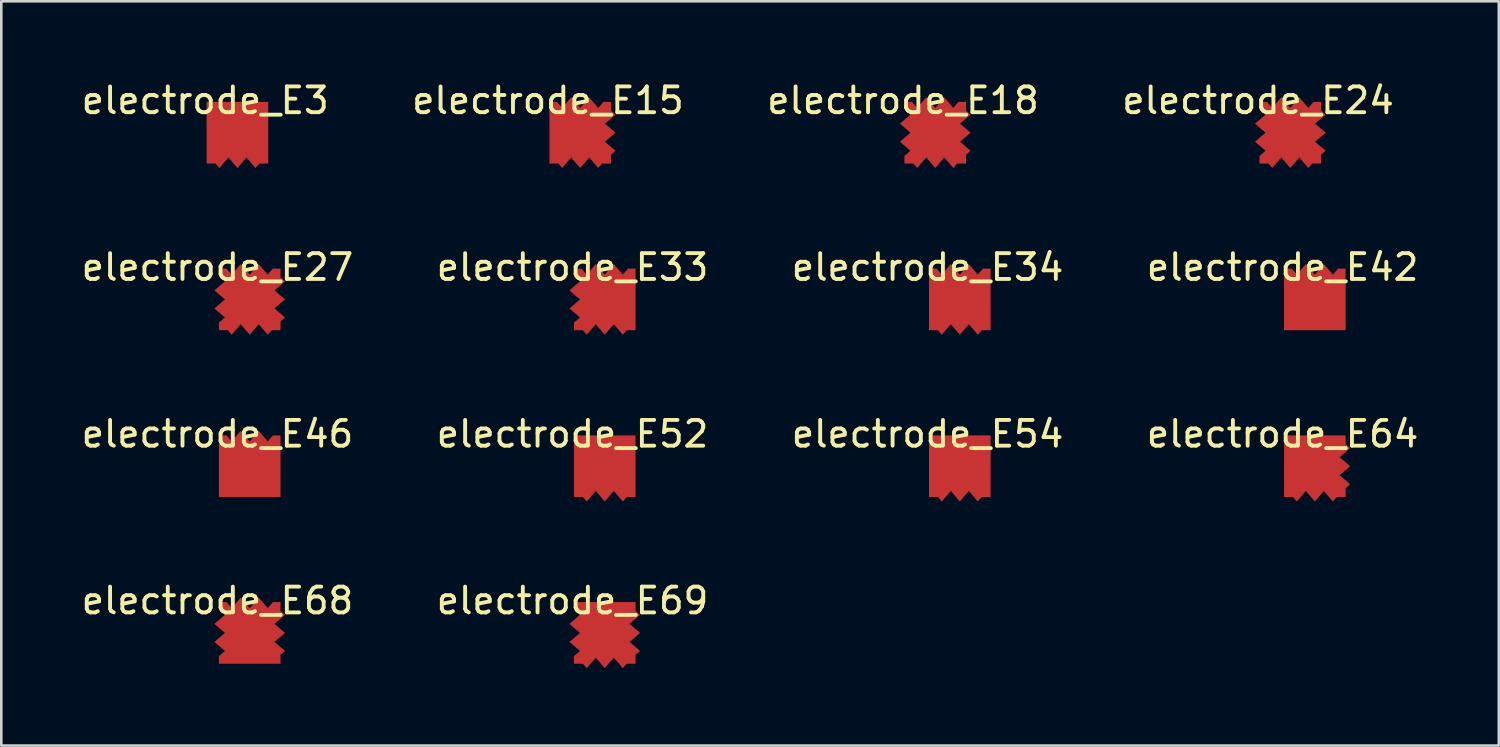
<source format=kicad_pcb>
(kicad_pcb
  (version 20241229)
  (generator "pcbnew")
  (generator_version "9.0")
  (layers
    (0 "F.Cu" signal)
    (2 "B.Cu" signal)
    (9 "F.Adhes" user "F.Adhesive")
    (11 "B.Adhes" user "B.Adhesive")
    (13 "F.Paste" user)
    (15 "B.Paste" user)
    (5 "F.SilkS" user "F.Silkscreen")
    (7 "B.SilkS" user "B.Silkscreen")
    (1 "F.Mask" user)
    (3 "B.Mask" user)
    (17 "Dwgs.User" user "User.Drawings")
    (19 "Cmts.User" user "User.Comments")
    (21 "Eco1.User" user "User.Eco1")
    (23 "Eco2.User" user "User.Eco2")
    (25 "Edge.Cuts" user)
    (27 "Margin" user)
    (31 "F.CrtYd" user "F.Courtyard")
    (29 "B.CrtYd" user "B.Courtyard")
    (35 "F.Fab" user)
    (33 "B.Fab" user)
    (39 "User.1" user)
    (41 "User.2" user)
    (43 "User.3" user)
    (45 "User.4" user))
  (footprint "electrode_E54"
    (layer "F.Cu")
    (at 32.935 13.785)
    (property "Reference" "electrode_E54" (at 0 0 0) (layer "F.SilkS") (effects (font (size 1 1) (thickness 0.15))))
    (attr through_hole)
    (pad "1" smd custom (at 1.25 1.25) (size 0.5 0.5) (layers "F.Cu" "F.Mask" "F.Paste") (options (anchor circle)) (primitives (gr_poly (pts (xy 1.195 1.195) (xy 0.85 1.195) (xy 0.7 1.37) (xy 0.35 0.961) (xy 0 1.37) (xy -0.35 0.961) (xy -0.7 1.37) (xy -0.85 1.195) (xy -1.195 1.195) (xy -1.195 -1.195) (xy 1.195 -1.195)) (width 0.0001) (fill yes)))))
  (footprint "electrode_E33"
    (layer "F.Cu")
    (at 19.161 7.316)
    (property "Reference" "electrode_E33" (at 0 0 0) (layer "F.SilkS") (effects (font (size 1 1) (thickness 0.15))))
    (attr through_hole)
    (pad "1" smd custom (at 1.25 1.25) (size 0.5 0.5) (layers "F.Cu" "F.Mask" "F.Paste") (options (anchor circle)) (primitives (gr_poly (pts (xy 0.7 -0.961) (xy 0.9 -1.195) (xy 1.195 -1.195) (xy 1.195 1.195) (xy 0.85 1.195) (xy 0.7 1.37) (xy 0.35 0.961) (xy 0 1.37) (xy -0.35 0.961) (xy -0.7 1.37) (xy -0.85 1.195) (xy -1.195 1.195) (xy -1.195 0.9) (xy -0.961 0.7) (xy -1.37 0.35) (xy -0.961 0) (xy -1.37 -0.35) (xy -0.961 -0.7) (xy -1.195 -0.9) (xy -1.195 -1.195) (xy -0.9 -1.195) (xy -0.7 -0.961) (xy -0.35 -1.37) (xy 0 -0.961) (xy 0.35 -1.37)) (width 0.0001) (fill yes)))))
  (footprint "electrode_E52"
    (layer "F.Cu")
    (at 19.161 13.785)
    (property "Reference" "electrode_E52" (at 0 0 0) (layer "F.SilkS") (effects (font (size 1 1) (thickness 0.15))))
    (attr through_hole)
    (pad "1" smd custom (at 1.25 1.25) (size 0.5 0.5) (layers "F.Cu" "F.Mask" "F.Paste") (options (anchor circle)) (primitives (gr_poly (pts (xy 1.195 1.195) (xy 0.85 1.195) (xy 0.7 1.37) (xy 0.35 0.961) (xy 0 1.37) (xy -0.35 0.961) (xy -0.7 1.37) (xy -0.85 1.195) (xy -1.195 1.195) (xy -1.195 -1.195) (xy 1.195 -1.195)) (width 0.0001) (fill yes)))))
  (footprint "electrode_E64"
    (layer "F.Cu")
    (at 46.708 13.785)
    (property "Reference" "electrode_E64" (at 0 0 0) (layer "F.SilkS") (effects (font (size 1 1) (thickness 0.15))))
    (attr through_hole)
    (pad "1" smd custom (at 1.25 1.25) (size 0.5 0.5) (layers "F.Cu" "F.Mask" "F.Paste") (options (anchor circle)) (primitives (gr_poly (pts (xy 1.195 -0.85) (xy 1.37 -0.7) (xy 0.961 -0.35) (xy 1.37 0) (xy 0.961 0.35) (xy 1.37 0.7) (xy 1.195 0.85) (xy 1.195 1.195) (xy 0.85 1.195) (xy 0.7 1.37) (xy 0.35 0.961) (xy 0 1.37) (xy -0.35 0.961) (xy -0.7 1.37) (xy -0.85 1.195) (xy -1.195 1.195) (xy -1.195 -1.195) (xy 1.195 -1.195)) (width 0.0001) (fill yes)))))
  (footprint "electrode_E15"
    (layer "F.Cu")
    (at 18.208 0.848)
    (property "Reference" "electrode_E15" (at 0 0 0) (layer "F.SilkS") (effects (font (size 1 1) (thickness 0.15))))
    (attr through_hole)
    (pad "1" smd custom (at 1.25 1.25) (size 0.5 0.5) (layers "F.Cu" "F.Mask" "F.Paste") (options (anchor circle)) (primitives (gr_poly (pts (xy 0.7 -0.961) (xy 0.9 -1.195) (xy 1.195 -1.195) (xy 1.195 -0.85) (xy 1.37 -0.7) (xy 0.961 -0.35) (xy 1.37 0) (xy 0.961 0.35) (xy 1.37 0.7) (xy 1.195 0.85) (xy 1.195 1.195) (xy 0.85 1.195) (xy 0.7 1.37) (xy 0.35 0.961) (xy 0 1.37) (xy -0.35 0.961) (xy -0.7 1.37) (xy -0.85 1.195) (xy -1.195 1.195) (xy -1.195 -1.195) (xy -0.9 -1.195) (xy -0.7 -0.961) (xy -0.35 -1.37) (xy 0 -0.961) (xy 0.35 -1.37)) (width 0.0001) (fill yes)))))
  (footprint "electrode_E24"
    (layer "F.Cu")
    (at 45.756 0.848)
    (property "Reference" "electrode_E24" (at 0 0 0) (layer "F.SilkS") (effects (font (size 1 1) (thickness 0.15))))
    (attr through_hole)
    (pad "1" smd custom (at 1.25 1.25) (size 0.5 0.5) (layers "F.Cu" "F.Mask" "F.Paste") (options (anchor circle)) (primitives (gr_poly (pts (xy 0.7 -0.961) (xy 0.9 -1.195) (xy 1.195 -1.195) (xy 1.195 -0.85) (xy 1.37 -0.7) (xy 0.961 -0.35) (xy 1.37 0) (xy 0.961 0.35) (xy 1.37 0.7) (xy 1.195 0.85) (xy 1.195 1.195) (xy 0.85 1.195) (xy 0.7 1.37) (xy 0.35 0.961) (xy 0 1.37) (xy -0.35 0.961) (xy -0.7 1.37) (xy -0.85 1.195) (xy -1.195 1.195) (xy -1.195 0.9) (xy -0.961 0.7) (xy -1.37 0.35) (xy -0.961 0) (xy -1.37 -0.35) (xy -0.961 -0.7) (xy -1.195 -0.9) (xy -1.195 -1.195) (xy -0.9 -1.195) (xy -0.7 -0.961) (xy -0.35 -1.37) (xy 0 -0.961) (xy 0.35 -1.37)) (width 0.0001) (fill yes)))))
  (footprint "electrode_E68"
    (layer "F.Cu")
    (at 5.387 20.253)
    (property "Reference" "electrode_E68" (at 0 0 0) (layer "F.SilkS") (effects (font (size 1 1) (thickness 0.15))))
    (attr through_hole)
    (pad "1" smd custom (at 1.25 1.25) (size 0.5 0.5) (layers "F.Cu" "F.Mask" "F.Paste") (options (anchor circle)) (primitives (gr_poly (pts (xy 0.7 -0.961) (xy 0.9 -1.195) (xy 1.195 -1.195) (xy 1.195 -0.85) (xy 1.37 -0.7) (xy 0.961 -0.35) (xy 1.37 0) (xy 0.961 0.35) (xy 1.37 0.7) (xy 1.195 0.85) (xy 1.195 1.195) (xy -1.195 1.195) (xy -1.195 0.9) (xy -0.961 0.7) (xy -1.37 0.35) (xy -0.961 0) (xy -1.37 -0.35) (xy -0.961 -0.7) (xy -1.195 -0.9) (xy -1.195 -1.195) (xy -0.9 -1.195) (xy -0.7 -0.961) (xy -0.35 -1.37) (xy 0 -0.961) (xy 0.35 -1.37)) (width 0.0001) (fill yes)))))
  (footprint "electrode_E46"
    (layer "F.Cu")
    (at 5.387 13.785)
    (property "Reference" "electrode_E46" (at 0 0 0) (layer "F.SilkS") (effects (font (size 1 1) (thickness 0.15))))
    (attr through_hole)
    (pad "1" smd custom (at 1.25 1.25) (size 0.5 0.5) (layers "F.Cu" "F.Mask" "F.Paste") (options (anchor circle)) (primitives (gr_poly (pts (xy 0.7 -0.961) (xy 0.9 -1.195) (xy 1.195 -1.195) (xy 1.195 1.195) (xy -1.195 1.195) (xy -1.195 -1.195) (xy -0.9 -1.195) (xy -0.7 -0.961) (xy -0.35 -1.37) (xy 0 -0.961) (xy 0.35 -1.37)) (width 0.0001) (fill yes)))))
  (footprint "electrode_E69"
    (layer "F.Cu")
    (at 19.161 20.253)
    (property "Reference" "electrode_E69" (at 0 0 0) (layer "F.SilkS") (effects (font (size 1 1) (thickness 0.15))))
    (attr through_hole)
    (pad "1" smd custom (at 1.25 1.25) (size 0.5 0.5) (layers "F.Cu" "F.Mask" "F.Paste") (options (anchor circle)) (primitives (gr_poly (pts (xy 1.195 -0.85) (xy 1.37 -0.7) (xy 0.961 -0.35) (xy 1.37 0) (xy 0.961 0.35) (xy 1.37 0.7) (xy 1.195 0.85) (xy 1.195 1.195) (xy 0.85 1.195) (xy 0.7 1.37) (xy 0.35 0.961) (xy 0 1.37) (xy -0.35 0.961) (xy -0.7 1.37) (xy -0.85 1.195) (xy -1.195 1.195) (xy -1.195 0.9) (xy -0.961 0.7) (xy -1.37 0.35) (xy -0.961 0) (xy -1.37 -0.35) (xy -0.961 -0.7) (xy -1.195 -0.9) (xy -1.195 -1.195) (xy 1.195 -1.195)) (width 0.0001) (fill yes)))))
  (footprint "electrode_E34"
    (layer "F.Cu")
    (at 32.935 7.316)
    (property "Reference" "electrode_E34" (at 0 0 0) (layer "F.SilkS") (effects (font (size 1 1) (thickness 0.15))))
    (attr through_hole)
    (pad "1" smd custom (at 1.25 1.25) (size 0.5 0.5) (layers "F.Cu" "F.Mask" "F.Paste") (options (anchor circle)) (primitives (gr_poly (pts (xy 0.7 -0.961) (xy 0.9 -1.195) (xy 1.195 -1.195) (xy 1.195 1.195) (xy 0.85 1.195) (xy 0.7 1.37) (xy 0.35 0.961) (xy 0 1.37) (xy -0.35 0.961) (xy -0.7 1.37) (xy -0.85 1.195) (xy -1.195 1.195) (xy -1.195 -1.195) (xy -0.9 -1.195) (xy -0.7 -0.961) (xy -0.35 -1.37) (xy 0 -0.961) (xy 0.35 -1.37)) (width 0.0001) (fill yes)))))
  (footprint "electrode_E42"
    (layer "F.Cu")
    (at 46.708 7.316)
    (property "Reference" "electrode_E42" (at 0 0 0) (layer "F.SilkS") (effects (font (size 1 1) (thickness 0.15))))
    (attr through_hole)
    (pad "1" smd custom (at 1.25 1.25) (size 0.5 0.5) (layers "F.Cu" "F.Mask" "F.Paste") (options (anchor circle)) (primitives (gr_poly (pts (xy 0.7 -0.961) (xy 0.9 -1.195) (xy 1.195 -1.195) (xy 1.195 1.195) (xy -1.195 1.195) (xy -1.195 -1.195) (xy -0.9 -1.195) (xy -0.7 -0.961) (xy -0.35 -1.37) (xy 0 -0.961) (xy 0.35 -1.37)) (width 0.0001) (fill yes)))))
  (footprint "electrode_E27"
    (layer "F.Cu")
    (at 5.387 7.316)
    (property "Reference" "electrode_E27" (at 0 0 0) (layer "F.SilkS") (effects (font (size 1 1) (thickness 0.15))))
    (attr through_hole)
    (pad "1" smd custom (at 1.25 1.25) (size 0.5 0.5) (layers "F.Cu" "F.Mask" "F.Paste") (options (anchor circle)) (primitives (gr_poly (pts (xy 0.7 -0.961) (xy 0.9 -1.195) (xy 1.195 -1.195) (xy 1.195 -0.85) (xy 1.37 -0.7) (xy 0.961 -0.35) (xy 1.37 0) (xy 0.961 0.35) (xy 1.37 0.7) (xy 1.195 0.85) (xy 1.195 1.195) (xy 0.85 1.195) (xy 0.7 1.37) (xy 0.35 0.961) (xy 0 1.37) (xy -0.35 0.961) (xy -0.7 1.37) (xy -0.85 1.195) (xy -1.195 1.195) (xy -1.195 0.9) (xy -0.961 0.7) (xy -1.37 0.35) (xy -0.961 0) (xy -1.37 -0.35) (xy -0.961 -0.7) (xy -1.195 -0.9) (xy -1.195 -1.195) (xy -0.9 -1.195) (xy -0.7 -0.961) (xy -0.35 -1.37) (xy 0 -0.961) (xy 0.35 -1.37)) (width 0.0001) (fill yes)))))
  (footprint "electrode_E3"
    (layer "F.Cu")
    (at 4.911 0.848)
    (property "Reference" "electrode_E3" (at 0 0 0) (layer "F.SilkS") (effects (font (size 1 1) (thickness 0.15))))
    (attr through_hole)
    (pad "1" smd custom (at 1.25 1.25) (size 0.5 0.5) (layers "F.Cu" "F.Mask" "F.Paste") (options (anchor circle)) (primitives (gr_poly (pts (xy 1.195 1.195) (xy 0.85 1.195) (xy 0.7 1.37) (xy 0.35 0.961) (xy 0 1.37) (xy -0.35 0.961) (xy -0.7 1.37) (xy -0.85 1.195) (xy -1.195 1.195) (xy -1.195 -1.195) (xy 1.195 -1.195)) (width 0.0001) (fill yes)))))
  (footprint "electrode_E18"
    (layer "F.Cu")
    (at 31.982 0.848)
    (property "Reference" "electrode_E18" (at 0 0 0) (layer "F.SilkS") (effects (font (size 1 1) (thickness 0.15))))
    (attr through_hole)
    (pad "1" smd custom (at 1.25 1.25) (size 0.5 0.5) (layers "F.Cu" "F.Mask" "F.Paste") (options (anchor circle)) (primitives (gr_poly (pts (xy 0.7 -0.961) (xy 0.9 -1.195) (xy 1.195 -1.195) (xy 1.195 -0.85) (xy 1.37 -0.7) (xy 0.961 -0.35) (xy 1.37 0) (xy 0.961 0.35) (xy 1.37 0.7) (xy 1.195 0.85) (xy 1.195 1.195) (xy 0.85 1.195) (xy 0.7 1.37) (xy 0.35 0.961) (xy 0 1.37) (xy -0.35 0.961) (xy -0.7 1.37) (xy -0.85 1.195) (xy -1.195 1.195) (xy -1.195 0.9) (xy -0.961 0.7) (xy -1.37 0.35) (xy -0.961 0) (xy -1.37 -0.35) (xy -0.961 -0.7) (xy -1.195 -0.9) (xy -1.195 -1.195) (xy -0.9 -1.195) (xy -0.7 -0.961) (xy -0.35 -1.37) (xy 0 -0.961) (xy 0.35 -1.37)) (width 0.0001) (fill yes)))))
  (gr_rect
    (start -3 -3)
    (end 55.095 25.873)
    (stroke (width 0.1) (type default))
    (fill no)
    (layer "Edge.Cuts")))
</source>
